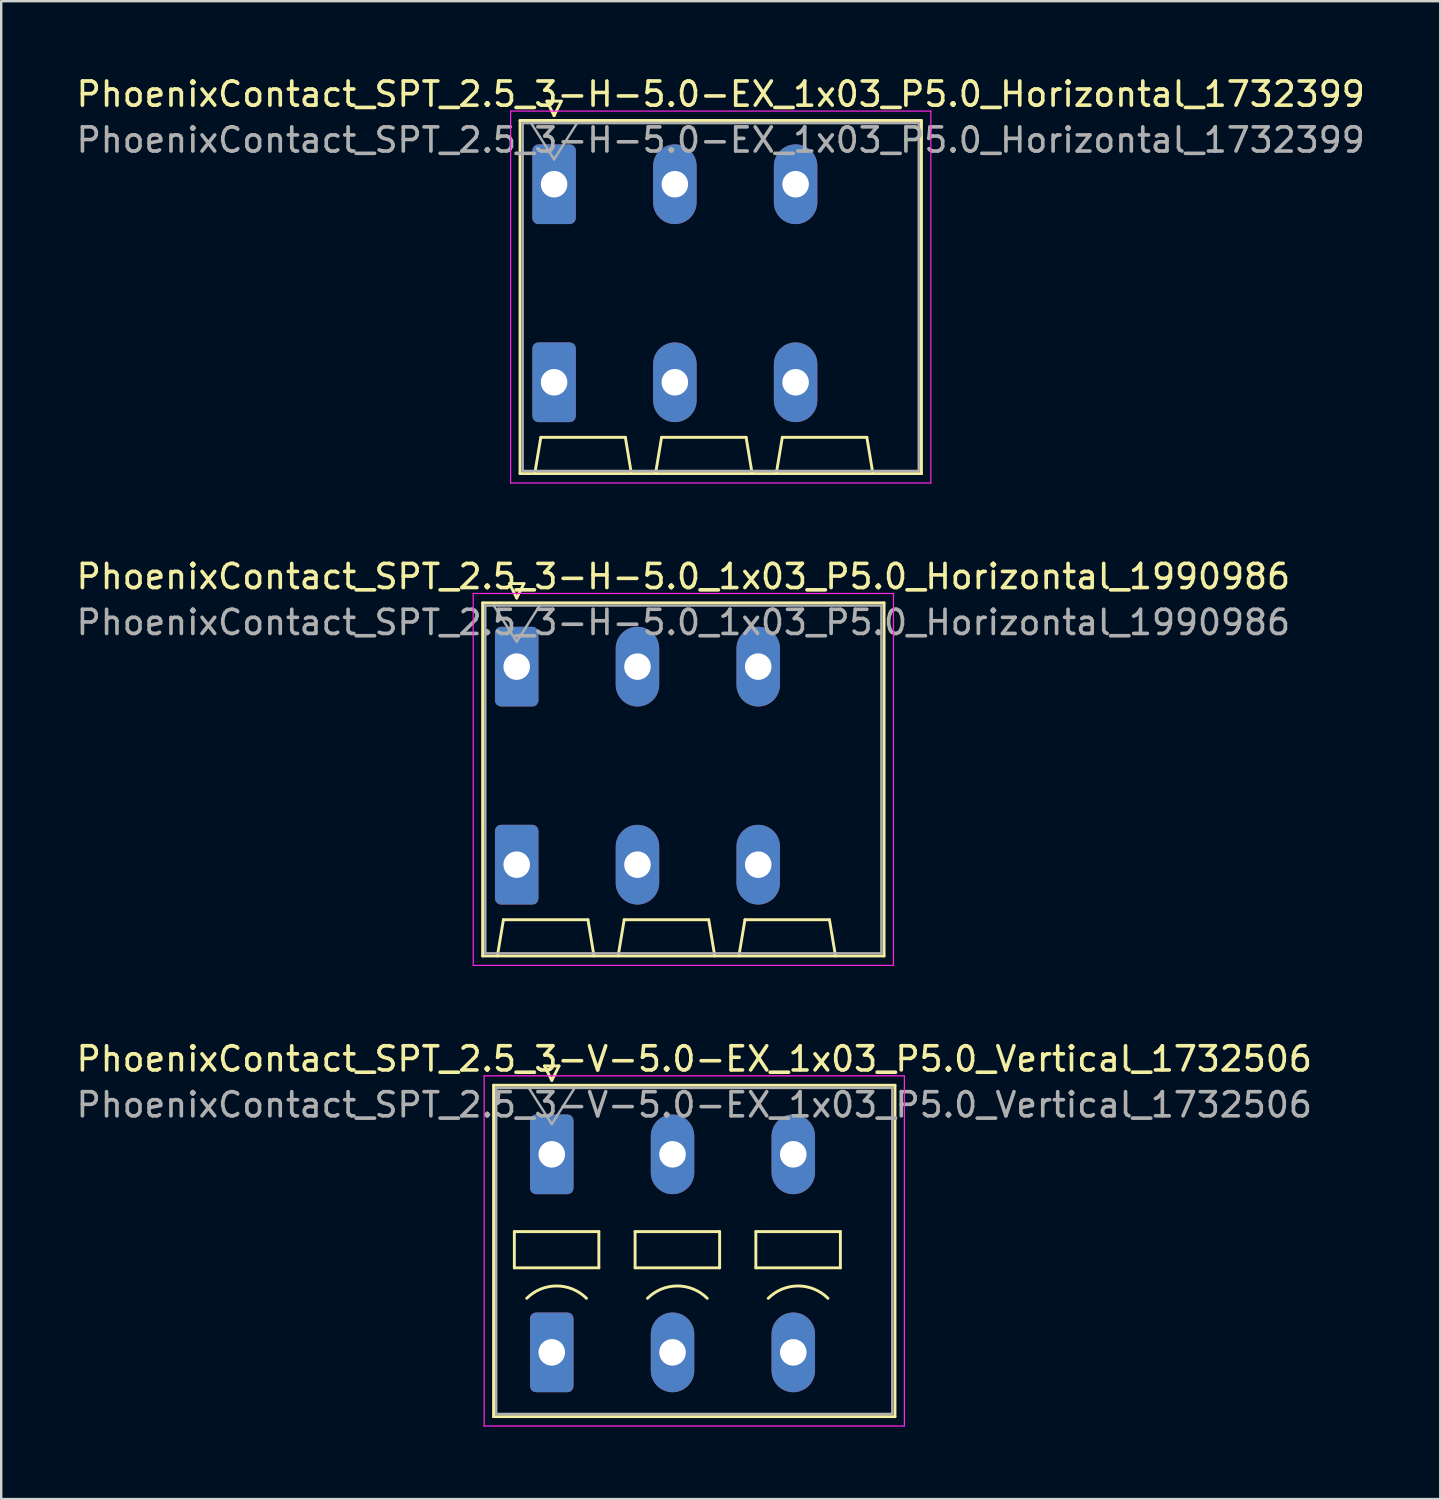
<source format=kicad_pcb>
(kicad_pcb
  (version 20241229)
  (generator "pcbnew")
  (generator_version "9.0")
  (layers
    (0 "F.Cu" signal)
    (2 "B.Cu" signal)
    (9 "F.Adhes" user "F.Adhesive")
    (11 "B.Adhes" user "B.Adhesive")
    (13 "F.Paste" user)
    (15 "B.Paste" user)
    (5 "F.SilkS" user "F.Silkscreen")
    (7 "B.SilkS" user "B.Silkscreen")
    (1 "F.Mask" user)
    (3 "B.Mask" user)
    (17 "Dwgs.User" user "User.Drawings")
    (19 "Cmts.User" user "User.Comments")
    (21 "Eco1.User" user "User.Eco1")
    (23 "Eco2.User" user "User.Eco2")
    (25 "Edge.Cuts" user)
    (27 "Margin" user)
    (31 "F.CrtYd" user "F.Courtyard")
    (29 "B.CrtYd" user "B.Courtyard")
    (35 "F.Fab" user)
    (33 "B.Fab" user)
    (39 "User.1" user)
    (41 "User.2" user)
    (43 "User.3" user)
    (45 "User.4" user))
  (footprint "PhoenixContact_SPT_2.5_3-H-5.0-EX_1x03_P5.0_Horizontal_1732399"
    (layer "F.Cu")
    (at 19.892 4.578)
    (property "Reference" "PhoenixContact_SPT_2.5_3-H-5.0-EX_1x03_P5.0_Horizontal_1732399" (at 6.9 -3.73 0) (layer "F.SilkS") (effects (font (size 1 1) (thickness 0.15))))
    (attr through_hole)
    (fp_line (start -1.41 -2.64) (end 15.21 -2.64) (stroke (width 0.12) (type solid)) (layer "F.SilkS"))
    (fp_line (start -1.41 11.98) (end -1.41 -2.64) (stroke (width 0.12) (type solid)) (layer "F.SilkS"))
    (fp_line (start -0.8 11.98) (end -0.55 10.48) (stroke (width 0.12) (type solid)) (layer "F.SilkS"))
    (fp_line (start -0.55 10.48) (end 2.95 10.48) (stroke (width 0.12) (type solid)) (layer "F.SilkS"))
    (fp_line (start -0.3 -3.44) (end 0 -2.84) (stroke (width 0.12) (type solid)) (layer "F.SilkS"))
    (fp_line (start -0.3 -3.44) (end 0.3 -3.44) (stroke (width 0.12) (type solid)) (layer "F.SilkS"))
    (fp_line (start 0.3 -3.44) (end 0 -2.84) (stroke (width 0.12) (type solid)) (layer "F.SilkS"))
    (fp_line (start 3.2 11.98) (end 2.95 10.48) (stroke (width 0.12) (type solid)) (layer "F.SilkS"))
    (fp_line (start 4.2 11.98) (end 4.45 10.48) (stroke (width 0.12) (type solid)) (layer "F.SilkS"))
    (fp_line (start 4.45 10.48) (end 7.95 10.48) (stroke (width 0.12) (type solid)) (layer "F.SilkS"))
    (fp_line (start 8.2 11.98) (end 7.95 10.48) (stroke (width 0.12) (type solid)) (layer "F.SilkS"))
    (fp_line (start 9.2 11.98) (end 9.45 10.48) (stroke (width 0.12) (type solid)) (layer "F.SilkS"))
    (fp_line (start 9.45 10.48) (end 12.95 10.48) (stroke (width 0.12) (type solid)) (layer "F.SilkS"))
    (fp_line (start 13.2 11.98) (end 12.95 10.48) (stroke (width 0.12) (type solid)) (layer "F.SilkS"))
    (fp_line (start 15.21 -2.64) (end 15.21 11.98) (stroke (width 0.12) (type solid)) (layer "F.SilkS"))
    (fp_line (start 15.21 11.98) (end -1.41 11.98) (stroke (width 0.12) (type solid)) (layer "F.SilkS"))
    (fp_line (start -1.8 -3.03) (end -1.8 12.37) (stroke (width 0.05) (type solid)) (layer "F.CrtYd"))
    (fp_line (start -1.8 12.37) (end 15.6 12.37) (stroke (width 0.05) (type solid)) (layer "F.CrtYd"))
    (fp_line (start 15.6 -3.03) (end -1.8 -3.03) (stroke (width 0.05) (type solid)) (layer "F.CrtYd"))
    (fp_line (start 15.6 12.37) (end 15.6 -3.03) (stroke (width 0.05) (type solid)) (layer "F.CrtYd"))
    (fp_line (start -1.3 -2.53) (end -1.3 11.87) (stroke (width 0.1) (type solid)) (layer "F.Fab"))
    (fp_line (start -1.3 11.87) (end 15.1 11.87) (stroke (width 0.1) (type solid)) (layer "F.Fab"))
    (fp_line (start -0.95 -2.53) (end 0 -1.03) (stroke (width 0.1) (type solid)) (layer "F.Fab"))
    (fp_line (start 0.95 -2.53) (end 0 -1.03) (stroke (width 0.1) (type solid)) (layer "F.Fab"))
    (fp_line (start 15.1 -2.53) (end -1.3 -2.53) (stroke (width 0.1) (type solid)) (layer "F.Fab"))
    (fp_line (start 15.1 11.87) (end 15.1 -2.53) (stroke (width 0.1) (type solid)) (layer "F.Fab"))
    (fp_text user "${REFERENCE}" (at 6.9 -1.83 0) (layer "F.Fab") (effects (font (size 1 1) (thickness 0.15))))
    (pad "1" thru_hole roundrect (at 0 0) (size 1.8 3.3) (drill 1.1) (layers "*.Cu" "*.Mask") (roundrect_rratio 0.139))
    (pad "1" thru_hole roundrect (at 0 8.2) (size 1.8 3.3) (drill 1.1) (layers "*.Cu" "*.Mask") (roundrect_rratio 0.139))
    (pad "2" thru_hole oval (at 5 0) (size 1.8 3.3) (drill 1.1) (layers "*.Cu" "*.Mask"))
    (pad "2" thru_hole oval (at 5 8.2) (size 1.8 3.3) (drill 1.1) (layers "*.Cu" "*.Mask"))
    (pad "3" thru_hole oval (at 10 0) (size 1.8 3.3) (drill 1.1) (layers "*.Cu" "*.Mask"))
    (pad "3" thru_hole oval (at 10 8.2) (size 1.8 3.3) (drill 1.1) (layers "*.Cu" "*.Mask")))
  (footprint "PhoenixContact_SPT_2.5_3-H-5.0_1x03_P5.0_Horizontal_1990986"
    (layer "F.Cu")
    (at 18.344 24.552)
    (property "Reference" "PhoenixContact_SPT_2.5_3-H-5.0_1x03_P5.0_Horizontal_1990986" (at 6.9 -3.73 0) (layer "F.SilkS") (effects (font (size 1 1) (thickness 0.15))))
    (attr through_hole)
    (fp_line (start -1.41 -2.64) (end 15.21 -2.64) (stroke (width 0.12) (type solid)) (layer "F.SilkS"))
    (fp_line (start -1.41 11.98) (end -1.41 -2.64) (stroke (width 0.12) (type solid)) (layer "F.SilkS"))
    (fp_line (start -0.8 11.98) (end -0.55 10.48) (stroke (width 0.12) (type solid)) (layer "F.SilkS"))
    (fp_line (start -0.55 10.48) (end 2.95 10.48) (stroke (width 0.12) (type solid)) (layer "F.SilkS"))
    (fp_line (start -0.3 -3.44) (end 0 -2.84) (stroke (width 0.12) (type solid)) (layer "F.SilkS"))
    (fp_line (start -0.3 -3.44) (end 0.3 -3.44) (stroke (width 0.12) (type solid)) (layer "F.SilkS"))
    (fp_line (start 0.3 -3.44) (end 0 -2.84) (stroke (width 0.12) (type solid)) (layer "F.SilkS"))
    (fp_line (start 3.2 11.98) (end 2.95 10.48) (stroke (width 0.12) (type solid)) (layer "F.SilkS"))
    (fp_line (start 4.2 11.98) (end 4.45 10.48) (stroke (width 0.12) (type solid)) (layer "F.SilkS"))
    (fp_line (start 4.45 10.48) (end 7.95 10.48) (stroke (width 0.12) (type solid)) (layer "F.SilkS"))
    (fp_line (start 8.2 11.98) (end 7.95 10.48) (stroke (width 0.12) (type solid)) (layer "F.SilkS"))
    (fp_line (start 9.2 11.98) (end 9.45 10.48) (stroke (width 0.12) (type solid)) (layer "F.SilkS"))
    (fp_line (start 9.45 10.48) (end 12.95 10.48) (stroke (width 0.12) (type solid)) (layer "F.SilkS"))
    (fp_line (start 13.2 11.98) (end 12.95 10.48) (stroke (width 0.12) (type solid)) (layer "F.SilkS"))
    (fp_line (start 15.21 -2.64) (end 15.21 11.98) (stroke (width 0.12) (type solid)) (layer "F.SilkS"))
    (fp_line (start 15.21 11.98) (end -1.41 11.98) (stroke (width 0.12) (type solid)) (layer "F.SilkS"))
    (fp_line (start -1.8 -3.03) (end -1.8 12.37) (stroke (width 0.05) (type solid)) (layer "F.CrtYd"))
    (fp_line (start -1.8 12.37) (end 15.6 12.37) (stroke (width 0.05) (type solid)) (layer "F.CrtYd"))
    (fp_line (start 15.6 -3.03) (end -1.8 -3.03) (stroke (width 0.05) (type solid)) (layer "F.CrtYd"))
    (fp_line (start 15.6 12.37) (end 15.6 -3.03) (stroke (width 0.05) (type solid)) (layer "F.CrtYd"))
    (fp_line (start -1.3 -2.53) (end -1.3 11.87) (stroke (width 0.1) (type solid)) (layer "F.Fab"))
    (fp_line (start -1.3 11.87) (end 15.1 11.87) (stroke (width 0.1) (type solid)) (layer "F.Fab"))
    (fp_line (start -0.95 -2.53) (end 0 -1.03) (stroke (width 0.1) (type solid)) (layer "F.Fab"))
    (fp_line (start 0.95 -2.53) (end 0 -1.03) (stroke (width 0.1) (type solid)) (layer "F.Fab"))
    (fp_line (start 15.1 -2.53) (end -1.3 -2.53) (stroke (width 0.1) (type solid)) (layer "F.Fab"))
    (fp_line (start 15.1 11.87) (end 15.1 -2.53) (stroke (width 0.1) (type solid)) (layer "F.Fab"))
    (fp_text user "${REFERENCE}" (at 6.9 -1.83 0) (layer "F.Fab") (effects (font (size 1 1) (thickness 0.15))))
    (pad "1" thru_hole roundrect (at 0 0) (size 1.8 3.3) (drill 1.1) (layers "*.Cu" "*.Mask") (roundrect_rratio 0.139))
    (pad "1" thru_hole roundrect (at 0 8.2) (size 1.8 3.3) (drill 1.1) (layers "*.Cu" "*.Mask") (roundrect_rratio 0.139))
    (pad "2" thru_hole oval (at 5 0) (size 1.8 3.3) (drill 1.1) (layers "*.Cu" "*.Mask"))
    (pad "2" thru_hole oval (at 5 8.2) (size 1.8 3.3) (drill 1.1) (layers "*.Cu" "*.Mask"))
    (pad "3" thru_hole oval (at 10 0) (size 1.8 3.3) (drill 1.1) (layers "*.Cu" "*.Mask"))
    (pad "3" thru_hole oval (at 10 8.2) (size 1.8 3.3) (drill 1.1) (layers "*.Cu" "*.Mask")))
  (footprint "PhoenixContact_SPT_2.5_3-V-5.0-EX_1x03_P5.0_Vertical_1732506"
    (layer "F.Cu")
    (at 19.796 44.745)
    (property "Reference" "PhoenixContact_SPT_2.5_3-V-5.0-EX_1x03_P5.0_Vertical_1732506" (at 5.9 -3.95 0) (layer "F.SilkS") (effects (font (size 1 1) (thickness 0.15))))
    (attr through_hole)
    (fp_line (start -2.41 -2.86) (end 14.21 -2.86) (stroke (width 0.12) (type solid)) (layer "F.SilkS"))
    (fp_line (start -2.41 10.86) (end -2.41 -2.86) (stroke (width 0.12) (type solid)) (layer "F.SilkS"))
    (fp_line (start -1.55 3.2) (end -1.55 4.7) (stroke (width 0.12) (type solid)) (layer "F.SilkS"))
    (fp_line (start -1.55 4.7) (end 1.95 4.7) (stroke (width 0.12) (type solid)) (layer "F.SilkS"))
    (fp_line (start -0.3 -3.66) (end 0 -3.06) (stroke (width 0.12) (type solid)) (layer "F.SilkS"))
    (fp_line (start -0.3 -3.66) (end 0.3 -3.66) (stroke (width 0.12) (type solid)) (layer "F.SilkS"))
    (fp_line (start 0.3 -3.66) (end 0 -3.06) (stroke (width 0.12) (type solid)) (layer "F.SilkS"))
    (fp_line (start 1.95 3.2) (end -1.55 3.2) (stroke (width 0.12) (type solid)) (layer "F.SilkS"))
    (fp_line (start 1.95 4.7) (end 1.95 3.2) (stroke (width 0.12) (type solid)) (layer "F.SilkS"))
    (fp_line (start 3.45 3.2) (end 3.45 4.7) (stroke (width 0.12) (type solid)) (layer "F.SilkS"))
    (fp_line (start 3.45 4.7) (end 6.95 4.7) (stroke (width 0.12) (type solid)) (layer "F.SilkS"))
    (fp_line (start 6.95 3.2) (end 3.45 3.2) (stroke (width 0.12) (type solid)) (layer "F.SilkS"))
    (fp_line (start 6.95 4.7) (end 6.95 3.2) (stroke (width 0.12) (type solid)) (layer "F.SilkS"))
    (fp_line (start 8.45 3.2) (end 8.45 4.7) (stroke (width 0.12) (type solid)) (layer "F.SilkS"))
    (fp_line (start 8.45 4.7) (end 11.95 4.7) (stroke (width 0.12) (type solid)) (layer "F.SilkS"))
    (fp_line (start 11.95 3.2) (end 8.45 3.2) (stroke (width 0.12) (type solid)) (layer "F.SilkS"))
    (fp_line (start 11.95 4.7) (end 11.95 3.2) (stroke (width 0.12) (type solid)) (layer "F.SilkS"))
    (fp_line (start 14.21 -2.86) (end 14.21 10.86) (stroke (width 0.12) (type solid)) (layer "F.SilkS"))
    (fp_line (start 14.21 10.86) (end -2.41 10.86) (stroke (width 0.12) (type solid)) (layer "F.SilkS"))
    (fp_arc (start -1.037437 5.962563) (mid 0.2 5.45) (end 1.437437 5.962563) (stroke (width 0.12) (type solid)) (layer "F.SilkS"))
    (fp_arc (start 3.962563 5.962563) (mid 5.2 5.45) (end 6.437437 5.962563) (stroke (width 0.12) (type solid)) (layer "F.SilkS"))
    (fp_arc (start 8.962563 5.962563) (mid 10.2 5.45) (end 11.437437 5.962563) (stroke (width 0.12) (type solid)) (layer "F.SilkS"))
    (fp_line (start -2.8 -3.25) (end -2.8 11.25) (stroke (width 0.05) (type solid)) (layer "F.CrtYd"))
    (fp_line (start -2.8 11.25) (end 14.6 11.25) (stroke (width 0.05) (type solid)) (layer "F.CrtYd"))
    (fp_line (start 14.6 -3.25) (end -2.8 -3.25) (stroke (width 0.05) (type solid)) (layer "F.CrtYd"))
    (fp_line (start 14.6 11.25) (end 14.6 -3.25) (stroke (width 0.05) (type solid)) (layer "F.CrtYd"))
    (fp_line (start -2.3 -2.75) (end -2.3 10.75) (stroke (width 0.1) (type solid)) (layer "F.Fab"))
    (fp_line (start -2.3 10.75) (end 14.1 10.75) (stroke (width 0.1) (type solid)) (layer "F.Fab"))
    (fp_line (start -0.95 -2.75) (end 0 -1.25) (stroke (width 0.1) (type solid)) (layer "F.Fab"))
    (fp_line (start 0.95 -2.75) (end 0 -1.25) (stroke (width 0.1) (type solid)) (layer "F.Fab"))
    (fp_line (start 14.1 -2.75) (end -2.3 -2.75) (stroke (width 0.1) (type solid)) (layer "F.Fab"))
    (fp_line (start 14.1 10.75) (end 14.1 -2.75) (stroke (width 0.1) (type solid)) (layer "F.Fab"))
    (fp_text user "${REFERENCE}" (at 5.9 -2.05 0) (layer "F.Fab") (effects (font (size 1 1) (thickness 0.15))))
    (pad "1" thru_hole roundrect (at 0 0) (size 1.8 3.3) (drill 1.1) (layers "*.Cu" "*.Mask") (roundrect_rratio 0.139))
    (pad "1" thru_hole roundrect (at 0 8.2) (size 1.8 3.3) (drill 1.1) (layers "*.Cu" "*.Mask") (roundrect_rratio 0.139))
    (pad "2" thru_hole oval (at 5 0) (size 1.8 3.3) (drill 1.1) (layers "*.Cu" "*.Mask"))
    (pad "2" thru_hole oval (at 5 8.2) (size 1.8 3.3) (drill 1.1) (layers "*.Cu" "*.Mask"))
    (pad "3" thru_hole oval (at 10 0) (size 1.8 3.3) (drill 1.1) (layers "*.Cu" "*.Mask"))
    (pad "3" thru_hole oval (at 10 8.2) (size 1.8 3.3) (drill 1.1) (layers "*.Cu" "*.Mask")))
  (gr_rect
    (start -3 -3)
    (end 56.583 59.02)
    (stroke (width 0.1) (type default))
    (fill no)
    (layer "Edge.Cuts")))
</source>
